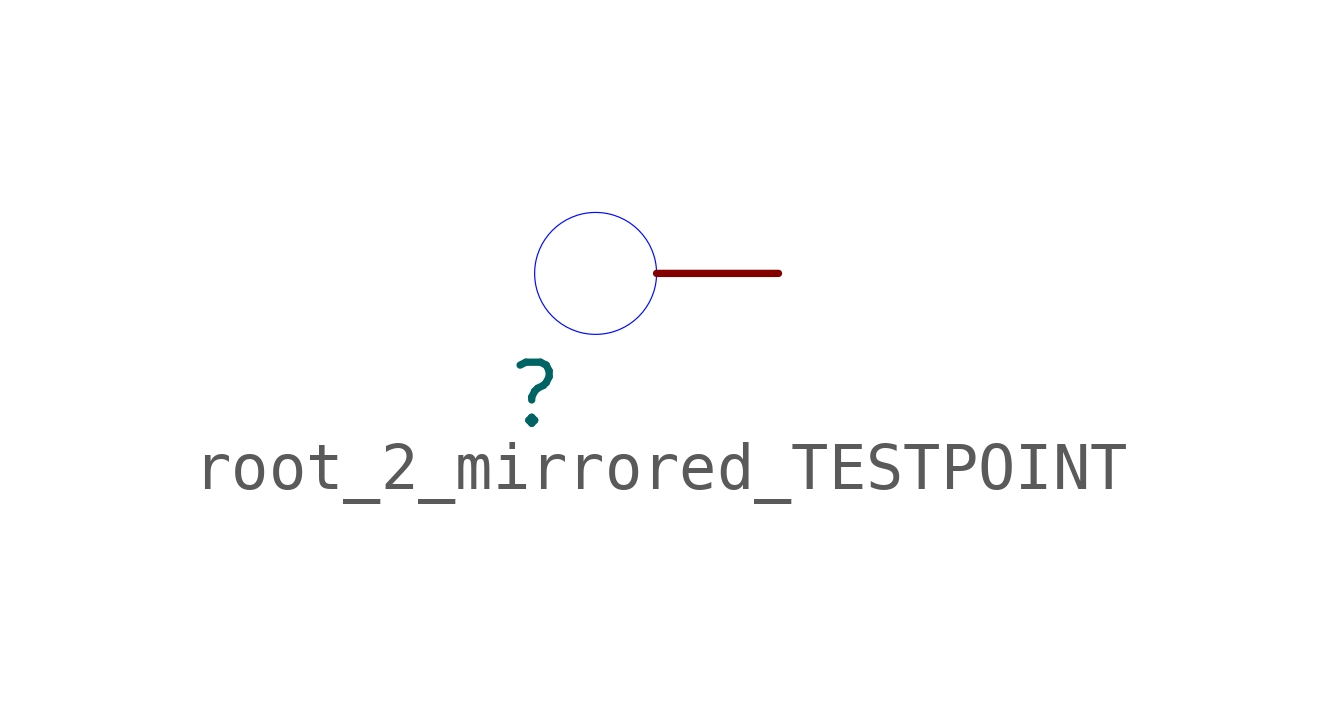
<source format=kicad_sym>
(kicad_symbol_lib
  (version 20231120)
  (generator "kicad_symbol_editor")
  (generator_version "8.0")
  (symbol "root_2_mirrored_TESTPOINT"
    (property "Reference" ""
      (at 0 0 0)
      (effects (font (size 1.27 1.27))))
    (property "Value" ""
      (at 0 0 0)
      (effects (font (size 1.27 1.27))))
    (symbol "root_2_mirrored_TESTPOINT_1_0"
      (circle (center 1.27 2.54) (radius 1.27) (stroke (width 0.025) (type solid) (color 0 11 255 1)) (fill (type none)))
      (pin passive line (at 5.08 2.54 180) (length 2.54) (name "TP" (effects (font (size 0 0)))) (number "1" (effects (font (size 0 0))))))))
</source>
